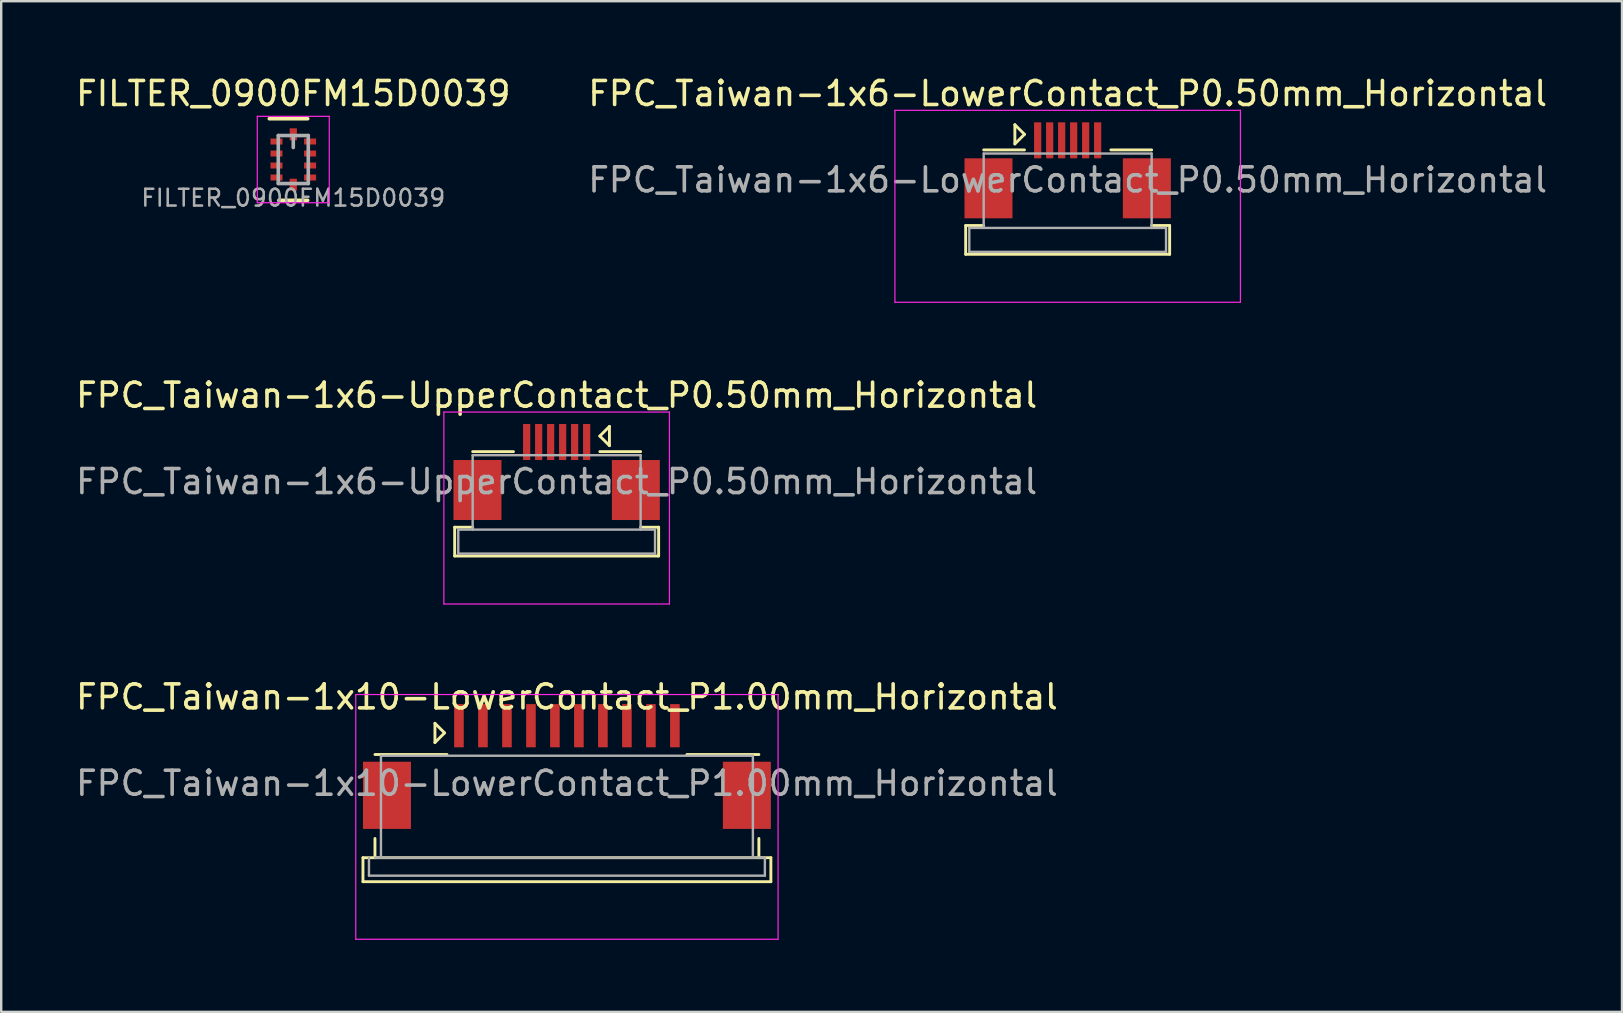
<source format=kicad_pcb>
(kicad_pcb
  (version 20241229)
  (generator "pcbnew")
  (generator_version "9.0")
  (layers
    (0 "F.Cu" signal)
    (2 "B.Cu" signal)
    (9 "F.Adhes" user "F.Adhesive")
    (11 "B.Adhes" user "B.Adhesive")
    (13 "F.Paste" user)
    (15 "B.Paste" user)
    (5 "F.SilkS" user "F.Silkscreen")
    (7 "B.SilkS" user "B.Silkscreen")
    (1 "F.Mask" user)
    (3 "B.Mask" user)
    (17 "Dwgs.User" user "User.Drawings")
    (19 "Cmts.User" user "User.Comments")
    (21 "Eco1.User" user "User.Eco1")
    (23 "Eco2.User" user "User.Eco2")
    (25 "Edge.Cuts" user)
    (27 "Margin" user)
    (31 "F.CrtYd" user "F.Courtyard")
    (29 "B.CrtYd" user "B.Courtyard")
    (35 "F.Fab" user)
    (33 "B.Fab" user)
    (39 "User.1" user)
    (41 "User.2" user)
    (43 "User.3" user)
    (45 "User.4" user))
  (footprint "FPC_Taiwan-1x6-LowerContact_P0.50mm_Horizontal"
    (layer "F.Cu")
    (at 41.446 4.548)
    (property "Reference" "FPC_Taiwan-1x6-LowerContact_P0.50mm_Horizontal" (at 0 -3.7 0) (layer "F.SilkS") (effects (font (size 1 1) (thickness 0.15))))
    (attr smd)
    (fp_line (start -4.25 1.8) (end -4.25 3) (stroke (width 0.12) (type solid)) (layer "F.SilkS"))
    (fp_line (start -4.25 1.8) (end -3.5 1.8) (stroke (width 0.12) (type solid)) (layer "F.SilkS"))
    (fp_line (start -4.25 3) (end 4.25 3) (stroke (width 0.12) (type solid)) (layer "F.SilkS"))
    (fp_line (start -2.2 -2.4) (end -1.8 -2) (stroke (width 0.12) (type solid)) (layer "F.SilkS"))
    (fp_line (start -2.2 -1.6) (end -2.2 -2.4) (stroke (width 0.12) (type solid)) (layer "F.SilkS"))
    (fp_line (start -1.8 -2) (end -2.2 -1.6) (stroke (width 0.12) (type solid)) (layer "F.SilkS"))
    (fp_line (start -1.8 -1.35) (end -3.5 -1.35) (stroke (width 0.12) (type solid)) (layer "F.SilkS"))
    (fp_line (start 1.8 -1.35) (end 3.5 -1.35) (stroke (width 0.12) (type solid)) (layer "F.SilkS"))
    (fp_line (start 3.5 1.8) (end 4.25 1.8) (stroke (width 0.12) (type solid)) (layer "F.SilkS"))
    (fp_line (start 4.25 3) (end 4.25 1.8) (stroke (width 0.12) (type solid)) (layer "F.SilkS"))
    (fp_line (start -7.2 -3) (end -7.2 5) (stroke (width 0.05) (type solid)) (layer "F.CrtYd"))
    (fp_line (start -7.2 5) (end 7.2 5) (stroke (width 0.05) (type solid)) (layer "F.CrtYd"))
    (fp_line (start 7.2 -3) (end -7.2 -3) (stroke (width 0.05) (type solid)) (layer "F.CrtYd"))
    (fp_line (start 7.2 5) (end 7.2 -3) (stroke (width 0.05) (type solid)) (layer "F.CrtYd"))
    (fp_line (start -4.1 1.9) (end -4.1 2.9) (stroke (width 0.1) (type solid)) (layer "F.Fab"))
    (fp_line (start -4.1 1.9) (end 4.1 1.9) (stroke (width 0.1) (type solid)) (layer "F.Fab"))
    (fp_line (start -3.5 -1.2) (end -3.5 1.9) (stroke (width 0.1) (type solid)) (layer "F.Fab"))
    (fp_line (start 3.5 -1.2) (end -3.5 -1.2) (stroke (width 0.1) (type solid)) (layer "F.Fab"))
    (fp_line (start 3.5 -1.2) (end 3.5 1.9) (stroke (width 0.1) (type solid)) (layer "F.Fab"))
    (fp_line (start 4.1 1.9) (end 4.1 2.9) (stroke (width 0.1) (type solid)) (layer "F.Fab"))
    (fp_line (start 4.1 2.9) (end -4.1 2.9) (stroke (width 0.1) (type solid)) (layer "F.Fab"))
    (fp_text user "${REFERENCE}" (at 0 -0.1 0) (layer "F.Fab") (effects (font (size 1 1) (thickness 0.15))))
    (pad "1" smd rect (at -1.25 -1.75) (size 0.3 1.5) (layers "F.Cu" "F.Mask" "F.Paste"))
    (pad "2" smd rect (at -0.75 -1.75) (size 0.3 1.5) (layers "F.Cu" "F.Mask" "F.Paste"))
    (pad "3" smd rect (at -0.25 -1.75) (size 0.3 1.5) (layers "F.Cu" "F.Mask" "F.Paste"))
    (pad "4" smd rect (at 0.25 -1.75) (size 0.3 1.5) (layers "F.Cu" "F.Mask" "F.Paste"))
    (pad "5" smd rect (at 0.75 -1.75) (size 0.3 1.5) (layers "F.Cu" "F.Mask" "F.Paste"))
    (pad "6" smd rect (at 1.25 -1.75) (size 0.3 1.5) (layers "F.Cu" "F.Mask" "F.Paste"))
    (pad "MP" smd rect (at -3.3 0.25) (size 2 2.5) (layers "F.Cu" "F.Mask" "F.Paste"))
    (pad "MP" smd rect (at 3.3 0.25) (size 2 2.5) (layers "F.Cu" "F.Mask" "F.Paste")))
  (footprint "FPC_Taiwan-1x10-LowerContact_P1.00mm_Horizontal"
    (layer "F.Cu")
    (at 20.577 29.695)
    (property "Reference" "FPC_Taiwan-1x10-LowerContact_P1.00mm_Horizontal" (at 0 -3.7 0) (layer "F.SilkS") (effects (font (size 1 1) (thickness 0.15))))
    (attr smd)
    (fp_line (start -8.5 3) (end -8.5 4) (stroke (width 0.12) (type solid)) (layer "F.SilkS"))
    (fp_line (start -8.5 3) (end 8.5 3) (stroke (width 0.12) (type solid)) (layer "F.SilkS"))
    (fp_line (start -8.5 4) (end 8.5 4) (stroke (width 0.12) (type solid)) (layer "F.SilkS"))
    (fp_line (start -8 2.2) (end -8 3) (stroke (width 0.12) (type solid)) (layer "F.SilkS"))
    (fp_line (start -5.5 -2.6) (end -5.1 -2.2) (stroke (width 0.12) (type solid)) (layer "F.SilkS"))
    (fp_line (start -5.5 -1.8) (end -5.5 -2.6) (stroke (width 0.12) (type solid)) (layer "F.SilkS"))
    (fp_line (start -5.1 -2.2) (end -5.5 -1.8) (stroke (width 0.12) (type solid)) (layer "F.SilkS"))
    (fp_line (start -5 -1.3) (end -8 -1.3) (stroke (width 0.12) (type solid)) (layer "F.SilkS"))
    (fp_line (start 5 -1.3) (end 8 -1.3) (stroke (width 0.12) (type solid)) (layer "F.SilkS"))
    (fp_line (start 8 2.2) (end 8 3) (stroke (width 0.12) (type solid)) (layer "F.SilkS"))
    (fp_line (start 8.5 4) (end 8.5 3) (stroke (width 0.12) (type solid)) (layer "F.SilkS"))
    (fp_line (start -8.8 -3.8) (end -8.8 6.4) (stroke (width 0.05) (type solid)) (layer "F.CrtYd"))
    (fp_line (start -8.8 6.4) (end 8.8 6.4) (stroke (width 0.05) (type solid)) (layer "F.CrtYd"))
    (fp_line (start 8.8 -3.8) (end -8.8 -3.8) (stroke (width 0.05) (type solid)) (layer "F.CrtYd"))
    (fp_line (start 8.8 6.4) (end 8.8 -3.8) (stroke (width 0.05) (type solid)) (layer "F.CrtYd"))
    (fp_line (start -8.25 3) (end -8.25 3.75) (stroke (width 0.1) (type solid)) (layer "F.Fab"))
    (fp_line (start -8 3) (end 8.25 3) (stroke (width 0.1) (type solid)) (layer "F.Fab"))
    (fp_line (start -7.75 -1.25) (end -7.75 3) (stroke (width 0.1) (type solid)) (layer "F.Fab"))
    (fp_line (start 7.75 -1.25) (end -7.75 -1.25) (stroke (width 0.1) (type solid)) (layer "F.Fab"))
    (fp_line (start 7.75 -1.25) (end 7.75 3) (stroke (width 0.1) (type solid)) (layer "F.Fab"))
    (fp_line (start 8.25 3) (end 8.25 3.75) (stroke (width 0.1) (type solid)) (layer "F.Fab"))
    (fp_line (start 8.25 3.75) (end -8.25 3.75) (stroke (width 0.1) (type solid)) (layer "F.Fab"))
    (fp_text user "${REFERENCE}" (at 0 -0.1 0) (layer "F.Fab") (effects (font (size 1 1) (thickness 0.15))))
    (pad "1" smd rect (at -4.5 -2.5) (size 0.4 1.8) (layers "F.Cu" "F.Mask" "F.Paste"))
    (pad "2" smd rect (at -3.5 -2.5) (size 0.4 1.8) (layers "F.Cu" "F.Mask" "F.Paste"))
    (pad "3" smd rect (at -2.5 -2.5) (size 0.4 1.8) (layers "F.Cu" "F.Mask" "F.Paste"))
    (pad "4" smd rect (at -1.5 -2.5) (size 0.4 1.8) (layers "F.Cu" "F.Mask" "F.Paste"))
    (pad "5" smd rect (at -0.5 -2.5) (size 0.4 1.8) (layers "F.Cu" "F.Mask" "F.Paste"))
    (pad "6" smd rect (at 0.5 -2.5) (size 0.4 1.8) (layers "F.Cu" "F.Mask" "F.Paste"))
    (pad "7" smd rect (at 1.5 -2.5) (size 0.4 1.8) (layers "F.Cu" "F.Mask" "F.Paste"))
    (pad "8" smd rect (at 2.5 -2.5) (size 0.4 1.8) (layers "F.Cu" "F.Mask" "F.Paste"))
    (pad "9" smd rect (at 3.5 -2.5) (size 0.4 1.8) (layers "F.Cu" "F.Mask" "F.Paste"))
    (pad "10" smd rect (at 4.5 -2.5) (size 0.4 1.8) (layers "F.Cu" "F.Mask" "F.Paste"))
    (pad "MP" smd rect (at -7.5 0.4) (size 2 2.8) (layers "F.Cu" "F.Mask" "F.Paste"))
    (pad "MP" smd rect (at 7.5 0.4) (size 2 2.8) (layers "F.Cu" "F.Mask" "F.Paste")))
  (footprint "FILTER_0900FM15D0039"
    (layer "F.Cu")
    (at 9.173 3.598)
    (property "Reference" "FILTER_0900FM15D0039" (at 0 -2.75 0) (layer "F.SilkS") (effects (font (size 1 1) (thickness 0.15))))
    (attr smd)
    (fp_line (start -1 -1.7) (end 0.6 -1.7) (stroke (width 0.15) (type solid)) (layer "F.SilkS"))
    (fp_line (start -0.6 1.7) (end 0.6 1.7) (stroke (width 0.15) (type solid)) (layer "F.SilkS"))
    (fp_line (start -1.5 -1.8) (end -1.5 1.8) (stroke (width 0.05) (type solid)) (layer "F.CrtYd"))
    (fp_line (start -1.5 -1.8) (end 1.5 -1.8) (stroke (width 0.05) (type solid)) (layer "F.CrtYd"))
    (fp_line (start -1.5 1.8) (end 1.5 1.8) (stroke (width 0.05) (type solid)) (layer "F.CrtYd"))
    (fp_line (start 1.5 -1.8) (end 1.5 1.8) (stroke (width 0.05) (type solid)) (layer "F.CrtYd"))
    (fp_line (start -0.625 -1) (end 0.625 -1) (stroke (width 0.15) (type solid)) (layer "F.Fab"))
    (fp_line (start -0.625 1) (end -0.625 -1) (stroke (width 0.15) (type solid)) (layer "F.Fab"))
    (fp_line (start 0 -0.5) (end 0 -1) (stroke (width 0.15) (type solid)) (layer "F.Fab"))
    (fp_line (start 0.625 -1) (end 0.625 1) (stroke (width 0.15) (type solid)) (layer "F.Fab"))
    (fp_line (start 0.625 1) (end -0.625 1) (stroke (width 0.15) (type solid)) (layer "F.Fab"))
    (fp_text user "${REFERENCE}" (at 0 1.6 0) (layer "F.Fab") (effects (font (size 0.7 0.7) (thickness 0.105))))
    (pad "1" smd rect (at -0.7 -0.75) (size 0.5 0.25) (layers "F.Cu" "F.Mask" "F.Paste"))
    (pad "2" smd rect (at -0.7 -0.25) (size 0.5 0.25) (layers "F.Cu" "F.Mask" "F.Paste"))
    (pad "3" smd rect (at -0.7 0.25) (size 0.5 0.25) (layers "F.Cu" "F.Mask" "F.Paste"))
    (pad "4" smd rect (at -0.7 0.75) (size 0.5 0.25) (layers "F.Cu" "F.Mask" "F.Paste"))
    (pad "5" smd rect (at 0 1.05) (size 0.3 0.5) (layers "F.Cu" "F.Mask" "F.Paste"))
    (pad "6" smd rect (at 0.7 0.75) (size 0.5 0.25) (layers "F.Cu" "F.Mask" "F.Paste"))
    (pad "7" smd rect (at 0.7 0.25) (size 0.5 0.25) (layers "F.Cu" "F.Mask" "F.Paste"))
    (pad "8" smd rect (at 0.7 -0.25) (size 0.5 0.25) (layers "F.Cu" "F.Mask" "F.Paste"))
    (pad "9" smd rect (at 0.7 -0.75) (size 0.5 0.25) (layers "F.Cu" "F.Mask" "F.Paste"))
    (pad "10" smd rect (at 0 -1.05) (size 0.3 0.5) (layers "F.Cu" "F.Mask" "F.Paste")))
  (footprint "FPC_Taiwan-1x6-UpperContact_P0.50mm_Horizontal"
    (layer "F.Cu")
    (at 20.149 17.122)
    (property "Reference" "FPC_Taiwan-1x6-UpperContact_P0.50mm_Horizontal" (at 0 -3.7 0) (layer "F.SilkS") (effects (font (size 1 1) (thickness 0.15))))
    (attr smd)
    (fp_line (start -4.25 1.8) (end -4.25 3) (stroke (width 0.12) (type solid)) (layer "F.SilkS"))
    (fp_line (start -4.25 1.8) (end -3.5 1.8) (stroke (width 0.12) (type solid)) (layer "F.SilkS"))
    (fp_line (start -4.25 3) (end 4.25 3) (stroke (width 0.12) (type solid)) (layer "F.SilkS"))
    (fp_line (start -1.8 -1.35) (end -3.5 -1.35) (stroke (width 0.12) (type solid)) (layer "F.SilkS"))
    (fp_line (start 1.8 -2) (end 2.2 -1.6) (stroke (width 0.12) (type solid)) (layer "F.SilkS"))
    (fp_line (start 1.8 -1.35) (end 3.5 -1.35) (stroke (width 0.12) (type solid)) (layer "F.SilkS"))
    (fp_line (start 2.2 -2.4) (end 1.8 -2) (stroke (width 0.12) (type solid)) (layer "F.SilkS"))
    (fp_line (start 2.2 -1.6) (end 2.2 -2.4) (stroke (width 0.12) (type solid)) (layer "F.SilkS"))
    (fp_line (start 3.5 1.8) (end 4.25 1.8) (stroke (width 0.12) (type solid)) (layer "F.SilkS"))
    (fp_line (start 4.25 3) (end 4.25 1.8) (stroke (width 0.12) (type solid)) (layer "F.SilkS"))
    (fp_line (start -4.7 -3) (end -4.7 5) (stroke (width 0.05) (type solid)) (layer "F.CrtYd"))
    (fp_line (start -4.7 5) (end 4.7 5) (stroke (width 0.05) (type solid)) (layer "F.CrtYd"))
    (fp_line (start 4.7 -3) (end -4.7 -3) (stroke (width 0.05) (type solid)) (layer "F.CrtYd"))
    (fp_line (start 4.7 5) (end 4.7 -3) (stroke (width 0.05) (type solid)) (layer "F.CrtYd"))
    (fp_line (start -4.1 1.9) (end -4.1 2.9) (stroke (width 0.1) (type solid)) (layer "F.Fab"))
    (fp_line (start -4.1 1.9) (end 4.1 1.9) (stroke (width 0.1) (type solid)) (layer "F.Fab"))
    (fp_line (start -3.5 -1.2) (end -3.5 1.9) (stroke (width 0.1) (type solid)) (layer "F.Fab"))
    (fp_line (start 3.5 -1.2) (end -3.5 -1.2) (stroke (width 0.1) (type solid)) (layer "F.Fab"))
    (fp_line (start 3.5 -1.2) (end 3.5 1.9) (stroke (width 0.1) (type solid)) (layer "F.Fab"))
    (fp_line (start 4.1 1.9) (end 4.1 2.9) (stroke (width 0.1) (type solid)) (layer "F.Fab"))
    (fp_line (start 4.1 2.9) (end -4.1 2.9) (stroke (width 0.1) (type solid)) (layer "F.Fab"))
    (fp_text user "${REFERENCE}" (at 0 -0.1 0) (layer "F.Fab") (effects (font (size 1 1) (thickness 0.15))))
    (pad "1" smd rect (at 1.25 -1.75) (size 0.3 1.5) (layers "F.Cu" "F.Mask" "F.Paste"))
    (pad "2" smd rect (at 0.75 -1.75) (size 0.3 1.5) (layers "F.Cu" "F.Mask" "F.Paste"))
    (pad "3" smd rect (at 0.25 -1.75) (size 0.3 1.5) (layers "F.Cu" "F.Mask" "F.Paste"))
    (pad "4" smd rect (at -0.25 -1.75) (size 0.3 1.5) (layers "F.Cu" "F.Mask" "F.Paste"))
    (pad "5" smd rect (at -0.75 -1.75) (size 0.3 1.5) (layers "F.Cu" "F.Mask" "F.Paste"))
    (pad "6" smd rect (at -1.25 -1.75) (size 0.3 1.5) (layers "F.Cu" "F.Mask" "F.Paste"))
    (pad "MP" smd rect (at -3.3 0.25) (size 2 2.5) (layers "F.Cu" "F.Mask" "F.Paste"))
    (pad "MP" smd rect (at 3.3 0.25) (size 2 2.5) (layers "F.Cu" "F.Mask" "F.Paste")))
  (gr_rect
    (start -3 -3)
    (end 64.548 39.12)
    (stroke (width 0.1) (type default))
    (fill no)
    (layer "Edge.Cuts")))
</source>
